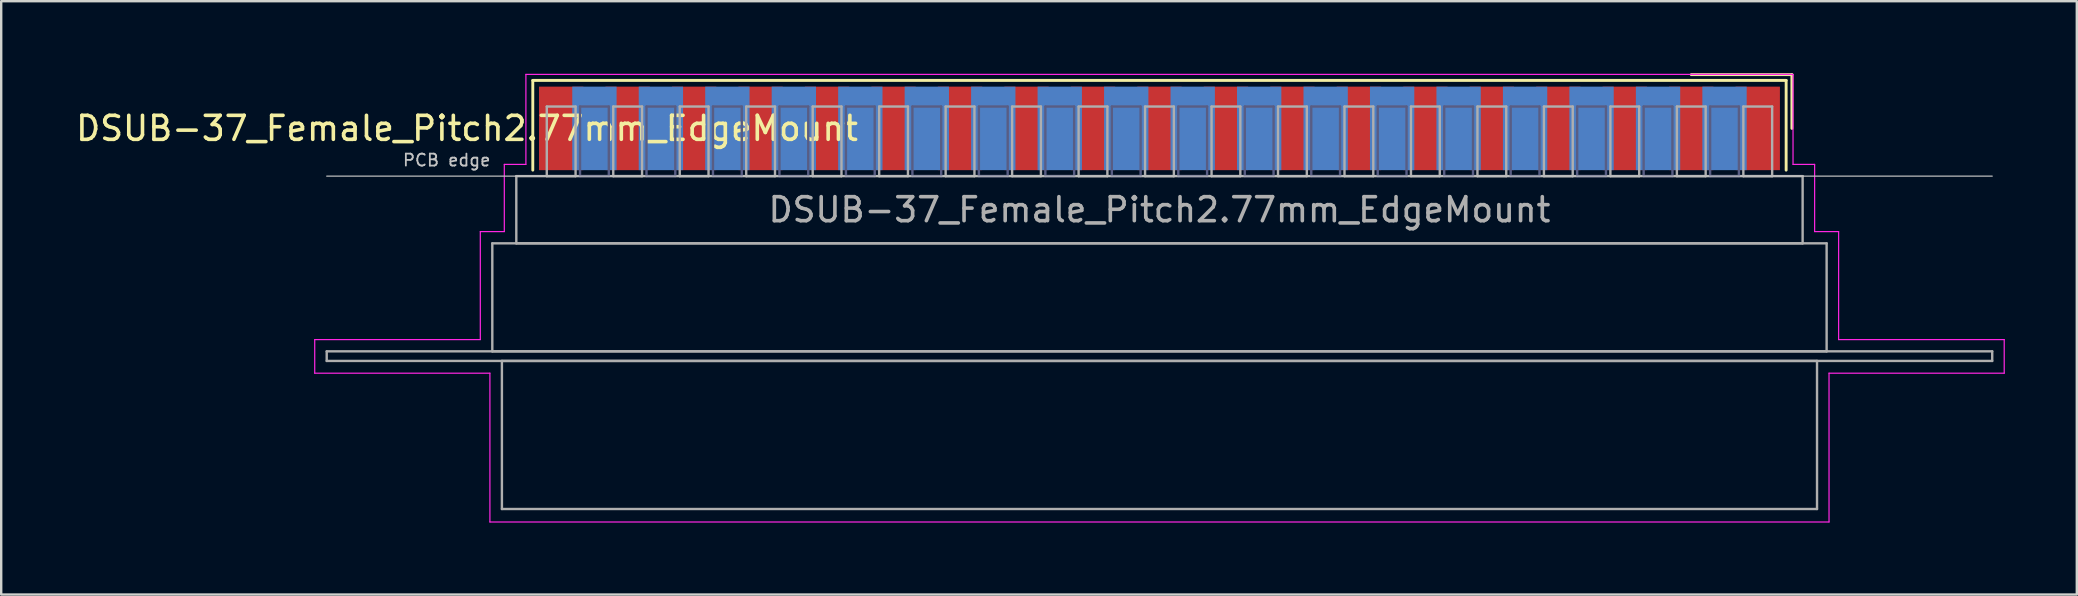
<source format=kicad_pcb>
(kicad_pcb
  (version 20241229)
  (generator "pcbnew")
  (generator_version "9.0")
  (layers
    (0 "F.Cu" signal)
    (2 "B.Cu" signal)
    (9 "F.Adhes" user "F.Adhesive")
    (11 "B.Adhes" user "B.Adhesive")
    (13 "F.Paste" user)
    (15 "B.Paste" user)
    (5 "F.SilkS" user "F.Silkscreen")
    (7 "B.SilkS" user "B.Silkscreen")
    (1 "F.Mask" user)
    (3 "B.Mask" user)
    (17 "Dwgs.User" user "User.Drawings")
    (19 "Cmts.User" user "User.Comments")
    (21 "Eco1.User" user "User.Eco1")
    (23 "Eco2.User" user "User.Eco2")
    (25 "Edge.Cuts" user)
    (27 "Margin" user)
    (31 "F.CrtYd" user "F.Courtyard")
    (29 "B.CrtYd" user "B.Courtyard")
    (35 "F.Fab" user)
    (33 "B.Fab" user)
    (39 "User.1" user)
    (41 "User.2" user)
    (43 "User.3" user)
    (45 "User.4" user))
  (footprint "DSUB-37_Female_Pitch2.77mm_EdgeMount"
    (layer "F.Cu")
    (at 45.264 2.3)
    (property "Reference" "DSUB-37_Female_Pitch2.77mm_EdgeMount" (at -28.853 0 0) (layer "F.SilkS") (effects (font (size 1 1) (thickness 0.15))))
    (attr smd)
    (fp_line (start -26.113 -2) (end -26.113 1.74) (stroke (width 0.12) (type solid)) (layer "F.SilkS"))
    (fp_line (start 26.113 -2) (end -26.113 -2) (stroke (width 0.12) (type solid)) (layer "F.SilkS"))
    (fp_line (start 26.113 1.74) (end 26.113 -2) (stroke (width 0.12) (type solid)) (layer "F.SilkS"))
    (fp_line (start 26.353 -2.24) (end 22.16 -2.24) (stroke (width 0.12) (type solid)) (layer "F.SilkS"))
    (fp_line (start 26.353 0) (end 26.353 -2.24) (stroke (width 0.12) (type solid)) (layer "F.SilkS"))
    (fp_line (start -34.7 1.99) (end 34.7 1.99) (stroke (width 0.05) (type solid)) (layer "Dwgs.User"))
    (fp_line (start -35.2 8.8) (end -28.3 8.8) (stroke (width 0.05) (type solid)) (layer "F.CrtYd"))
    (fp_line (start -35.2 10.2) (end -35.2 8.8) (stroke (width 0.05) (type solid)) (layer "F.CrtYd"))
    (fp_line (start -28.3 4.3) (end -27.3 4.3) (stroke (width 0.05) (type solid)) (layer "F.CrtYd"))
    (fp_line (start -28.3 8.8) (end -28.3 4.3) (stroke (width 0.05) (type solid)) (layer "F.CrtYd"))
    (fp_line (start -27.9 10.2) (end -35.2 10.2) (stroke (width 0.05) (type solid)) (layer "F.CrtYd"))
    (fp_line (start -27.9 16.4) (end -27.9 10.2) (stroke (width 0.05) (type solid)) (layer "F.CrtYd"))
    (fp_line (start -27.3 1.5) (end -26.4 1.5) (stroke (width 0.05) (type solid)) (layer "F.CrtYd"))
    (fp_line (start -27.3 4.3) (end -27.3 1.5) (stroke (width 0.05) (type solid)) (layer "F.CrtYd"))
    (fp_line (start -26.4 -2.25) (end 26.4 -2.25) (stroke (width 0.05) (type solid)) (layer "F.CrtYd"))
    (fp_line (start -26.4 1.5) (end -26.4 -2.25) (stroke (width 0.05) (type solid)) (layer "F.CrtYd"))
    (fp_line (start 26.4 -2.25) (end 26.4 1.5) (stroke (width 0.05) (type solid)) (layer "F.CrtYd"))
    (fp_line (start 26.4 1.5) (end 27.3 1.5) (stroke (width 0.05) (type solid)) (layer "F.CrtYd"))
    (fp_line (start 27.3 1.5) (end 27.3 4.3) (stroke (width 0.05) (type solid)) (layer "F.CrtYd"))
    (fp_line (start 27.3 4.3) (end 28.3 4.3) (stroke (width 0.05) (type solid)) (layer "F.CrtYd"))
    (fp_line (start 27.9 10.2) (end 27.9 16.4) (stroke (width 0.05) (type solid)) (layer "F.CrtYd"))
    (fp_line (start 27.9 16.4) (end -27.9 16.4) (stroke (width 0.05) (type solid)) (layer "F.CrtYd"))
    (fp_line (start 28.3 4.3) (end 28.3 8.8) (stroke (width 0.05) (type solid)) (layer "F.CrtYd"))
    (fp_line (start 28.3 8.8) (end 35.2 8.8) (stroke (width 0.05) (type solid)) (layer "F.CrtYd"))
    (fp_line (start 35.2 8.8) (end 35.2 10.2) (stroke (width 0.05) (type solid)) (layer "F.CrtYd"))
    (fp_line (start 35.2 10.2) (end 27.9 10.2) (stroke (width 0.05) (type solid)) (layer "F.CrtYd"))
    (fp_line (start -24.145 -0.91) (end -24.145 1.99) (stroke (width 0.1) (type solid)) (layer "B.Fab"))
    (fp_line (start -24.145 1.99) (end -22.945 1.99) (stroke (width 0.1) (type solid)) (layer "B.Fab"))
    (fp_line (start -22.945 -0.91) (end -24.145 -0.91) (stroke (width 0.1) (type solid)) (layer "B.Fab"))
    (fp_line (start -22.945 1.99) (end -22.945 -0.91) (stroke (width 0.1) (type solid)) (layer "B.Fab"))
    (fp_line (start -21.375 -0.91) (end -21.375 1.99) (stroke (width 0.1) (type solid)) (layer "B.Fab"))
    (fp_line (start -21.375 1.99) (end -20.175 1.99) (stroke (width 0.1) (type solid)) (layer "B.Fab"))
    (fp_line (start -20.175 -0.91) (end -21.375 -0.91) (stroke (width 0.1) (type solid)) (layer "B.Fab"))
    (fp_line (start -20.175 1.99) (end -20.175 -0.91) (stroke (width 0.1) (type solid)) (layer "B.Fab"))
    (fp_line (start -18.605 -0.91) (end -18.605 1.99) (stroke (width 0.1) (type solid)) (layer "B.Fab"))
    (fp_line (start -18.605 1.99) (end -17.405 1.99) (stroke (width 0.1) (type solid)) (layer "B.Fab"))
    (fp_line (start -17.405 -0.91) (end -18.605 -0.91) (stroke (width 0.1) (type solid)) (layer "B.Fab"))
    (fp_line (start -17.405 1.99) (end -17.405 -0.91) (stroke (width 0.1) (type solid)) (layer "B.Fab"))
    (fp_line (start -15.835 -0.91) (end -15.835 1.99) (stroke (width 0.1) (type solid)) (layer "B.Fab"))
    (fp_line (start -15.835 1.99) (end -14.635 1.99) (stroke (width 0.1) (type solid)) (layer "B.Fab"))
    (fp_line (start -14.635 -0.91) (end -15.835 -0.91) (stroke (width 0.1) (type solid)) (layer "B.Fab"))
    (fp_line (start -14.635 1.99) (end -14.635 -0.91) (stroke (width 0.1) (type solid)) (layer "B.Fab"))
    (fp_line (start -13.065 -0.91) (end -13.065 1.99) (stroke (width 0.1) (type solid)) (layer "B.Fab"))
    (fp_line (start -13.065 1.99) (end -11.865 1.99) (stroke (width 0.1) (type solid)) (layer "B.Fab"))
    (fp_line (start -11.865 -0.91) (end -13.065 -0.91) (stroke (width 0.1) (type solid)) (layer "B.Fab"))
    (fp_line (start -11.865 1.99) (end -11.865 -0.91) (stroke (width 0.1) (type solid)) (layer "B.Fab"))
    (fp_line (start -10.295 -0.91) (end -10.295 1.99) (stroke (width 0.1) (type solid)) (layer "B.Fab"))
    (fp_line (start -10.295 1.99) (end -9.095 1.99) (stroke (width 0.1) (type solid)) (layer "B.Fab"))
    (fp_line (start -9.095 -0.91) (end -10.295 -0.91) (stroke (width 0.1) (type solid)) (layer "B.Fab"))
    (fp_line (start -9.095 1.99) (end -9.095 -0.91) (stroke (width 0.1) (type solid)) (layer "B.Fab"))
    (fp_line (start -7.525 -0.91) (end -7.525 1.99) (stroke (width 0.1) (type solid)) (layer "B.Fab"))
    (fp_line (start -7.525 1.99) (end -6.325 1.99) (stroke (width 0.1) (type solid)) (layer "B.Fab"))
    (fp_line (start -6.325 -0.91) (end -7.525 -0.91) (stroke (width 0.1) (type solid)) (layer "B.Fab"))
    (fp_line (start -6.325 1.99) (end -6.325 -0.91) (stroke (width 0.1) (type solid)) (layer "B.Fab"))
    (fp_line (start -4.755 -0.91) (end -4.755 1.99) (stroke (width 0.1) (type solid)) (layer "B.Fab"))
    (fp_line (start -4.755 1.99) (end -3.555 1.99) (stroke (width 0.1) (type solid)) (layer "B.Fab"))
    (fp_line (start -3.555 -0.91) (end -4.755 -0.91) (stroke (width 0.1) (type solid)) (layer "B.Fab"))
    (fp_line (start -3.555 1.99) (end -3.555 -0.91) (stroke (width 0.1) (type solid)) (layer "B.Fab"))
    (fp_line (start -1.985 -0.91) (end -1.985 1.99) (stroke (width 0.1) (type solid)) (layer "B.Fab"))
    (fp_line (start -1.985 1.99) (end -0.785 1.99) (stroke (width 0.1) (type solid)) (layer "B.Fab"))
    (fp_line (start -0.785 -0.91) (end -1.985 -0.91) (stroke (width 0.1) (type solid)) (layer "B.Fab"))
    (fp_line (start -0.785 1.99) (end -0.785 -0.91) (stroke (width 0.1) (type solid)) (layer "B.Fab"))
    (fp_line (start 0.785 -0.91) (end 0.785 1.99) (stroke (width 0.1) (type solid)) (layer "B.Fab"))
    (fp_line (start 0.785 1.99) (end 1.985 1.99) (stroke (width 0.1) (type solid)) (layer "B.Fab"))
    (fp_line (start 1.985 -0.91) (end 0.785 -0.91) (stroke (width 0.1) (type solid)) (layer "B.Fab"))
    (fp_line (start 1.985 1.99) (end 1.985 -0.91) (stroke (width 0.1) (type solid)) (layer "B.Fab"))
    (fp_line (start 3.555 -0.91) (end 3.555 1.99) (stroke (width 0.1) (type solid)) (layer "B.Fab"))
    (fp_line (start 3.555 1.99) (end 4.755 1.99) (stroke (width 0.1) (type solid)) (layer "B.Fab"))
    (fp_line (start 4.755 -0.91) (end 3.555 -0.91) (stroke (width 0.1) (type solid)) (layer "B.Fab"))
    (fp_line (start 4.755 1.99) (end 4.755 -0.91) (stroke (width 0.1) (type solid)) (layer "B.Fab"))
    (fp_line (start 6.325 -0.91) (end 6.325 1.99) (stroke (width 0.1) (type solid)) (layer "B.Fab"))
    (fp_line (start 6.325 1.99) (end 7.525 1.99) (stroke (width 0.1) (type solid)) (layer "B.Fab"))
    (fp_line (start 7.525 -0.91) (end 6.325 -0.91) (stroke (width 0.1) (type solid)) (layer "B.Fab"))
    (fp_line (start 7.525 1.99) (end 7.525 -0.91) (stroke (width 0.1) (type solid)) (layer "B.Fab"))
    (fp_line (start 9.095 -0.91) (end 9.095 1.99) (stroke (width 0.1) (type solid)) (layer "B.Fab"))
    (fp_line (start 9.095 1.99) (end 10.295 1.99) (stroke (width 0.1) (type solid)) (layer "B.Fab"))
    (fp_line (start 10.295 -0.91) (end 9.095 -0.91) (stroke (width 0.1) (type solid)) (layer "B.Fab"))
    (fp_line (start 10.295 1.99) (end 10.295 -0.91) (stroke (width 0.1) (type solid)) (layer "B.Fab"))
    (fp_line (start 11.865 -0.91) (end 11.865 1.99) (stroke (width 0.1) (type solid)) (layer "B.Fab"))
    (fp_line (start 11.865 1.99) (end 13.065 1.99) (stroke (width 0.1) (type solid)) (layer "B.Fab"))
    (fp_line (start 13.065 -0.91) (end 11.865 -0.91) (stroke (width 0.1) (type solid)) (layer "B.Fab"))
    (fp_line (start 13.065 1.99) (end 13.065 -0.91) (stroke (width 0.1) (type solid)) (layer "B.Fab"))
    (fp_line (start 14.635 -0.91) (end 14.635 1.99) (stroke (width 0.1) (type solid)) (layer "B.Fab"))
    (fp_line (start 14.635 1.99) (end 15.835 1.99) (stroke (width 0.1) (type solid)) (layer "B.Fab"))
    (fp_line (start 15.835 -0.91) (end 14.635 -0.91) (stroke (width 0.1) (type solid)) (layer "B.Fab"))
    (fp_line (start 15.835 1.99) (end 15.835 -0.91) (stroke (width 0.1) (type solid)) (layer "B.Fab"))
    (fp_line (start 17.405 -0.91) (end 17.405 1.99) (stroke (width 0.1) (type solid)) (layer "B.Fab"))
    (fp_line (start 17.405 1.99) (end 18.605 1.99) (stroke (width 0.1) (type solid)) (layer "B.Fab"))
    (fp_line (start 18.605 -0.91) (end 17.405 -0.91) (stroke (width 0.1) (type solid)) (layer "B.Fab"))
    (fp_line (start 18.605 1.99) (end 18.605 -0.91) (stroke (width 0.1) (type solid)) (layer "B.Fab"))
    (fp_line (start 20.175 -0.91) (end 20.175 1.99) (stroke (width 0.1) (type solid)) (layer "B.Fab"))
    (fp_line (start 20.175 1.99) (end 21.375 1.99) (stroke (width 0.1) (type solid)) (layer "B.Fab"))
    (fp_line (start 21.375 -0.91) (end 20.175 -0.91) (stroke (width 0.1) (type solid)) (layer "B.Fab"))
    (fp_line (start 21.375 1.99) (end 21.375 -0.91) (stroke (width 0.1) (type solid)) (layer "B.Fab"))
    (fp_line (start 22.945 -0.91) (end 22.945 1.99) (stroke (width 0.1) (type solid)) (layer "B.Fab"))
    (fp_line (start 22.945 1.99) (end 24.145 1.99) (stroke (width 0.1) (type solid)) (layer "B.Fab"))
    (fp_line (start 24.145 -0.91) (end 22.945 -0.91) (stroke (width 0.1) (type solid)) (layer "B.Fab"))
    (fp_line (start 24.145 1.99) (end 24.145 -0.91) (stroke (width 0.1) (type solid)) (layer "B.Fab"))
    (fp_line (start -34.7 9.29) (end -34.7 9.69) (stroke (width 0.1) (type solid)) (layer "F.Fab"))
    (fp_line (start -34.7 9.69) (end 34.7 9.69) (stroke (width 0.1) (type solid)) (layer "F.Fab"))
    (fp_line (start -27.8 4.79) (end -27.8 9.29) (stroke (width 0.1) (type solid)) (layer "F.Fab"))
    (fp_line (start -27.8 9.29) (end 27.8 9.29) (stroke (width 0.1) (type solid)) (layer "F.Fab"))
    (fp_line (start -27.4 9.69) (end -27.4 15.86) (stroke (width 0.1) (type solid)) (layer "F.Fab"))
    (fp_line (start -27.4 15.86) (end 27.4 15.86) (stroke (width 0.1) (type solid)) (layer "F.Fab"))
    (fp_line (start -26.8 1.99) (end -26.8 4.79) (stroke (width 0.1) (type solid)) (layer "F.Fab"))
    (fp_line (start -26.8 4.79) (end 26.8 4.79) (stroke (width 0.1) (type solid)) (layer "F.Fab"))
    (fp_line (start -25.53 -0.91) (end -25.53 1.99) (stroke (width 0.1) (type solid)) (layer "F.Fab"))
    (fp_line (start -25.53 1.99) (end -24.33 1.99) (stroke (width 0.1) (type solid)) (layer "F.Fab"))
    (fp_line (start -24.33 -0.91) (end -25.53 -0.91) (stroke (width 0.1) (type solid)) (layer "F.Fab"))
    (fp_line (start -24.33 1.99) (end -24.33 -0.91) (stroke (width 0.1) (type solid)) (layer "F.Fab"))
    (fp_line (start -22.76 -0.91) (end -22.76 1.99) (stroke (width 0.1) (type solid)) (layer "F.Fab"))
    (fp_line (start -22.76 1.99) (end -21.56 1.99) (stroke (width 0.1) (type solid)) (layer "F.Fab"))
    (fp_line (start -21.56 -0.91) (end -22.76 -0.91) (stroke (width 0.1) (type solid)) (layer "F.Fab"))
    (fp_line (start -21.56 1.99) (end -21.56 -0.91) (stroke (width 0.1) (type solid)) (layer "F.Fab"))
    (fp_line (start -19.99 -0.91) (end -19.99 1.99) (stroke (width 0.1) (type solid)) (layer "F.Fab"))
    (fp_line (start -19.99 1.99) (end -18.79 1.99) (stroke (width 0.1) (type solid)) (layer "F.Fab"))
    (fp_line (start -18.79 -0.91) (end -19.99 -0.91) (stroke (width 0.1) (type solid)) (layer "F.Fab"))
    (fp_line (start -18.79 1.99) (end -18.79 -0.91) (stroke (width 0.1) (type solid)) (layer "F.Fab"))
    (fp_line (start -17.22 -0.91) (end -17.22 1.99) (stroke (width 0.1) (type solid)) (layer "F.Fab"))
    (fp_line (start -17.22 1.99) (end -16.02 1.99) (stroke (width 0.1) (type solid)) (layer "F.Fab"))
    (fp_line (start -16.02 -0.91) (end -17.22 -0.91) (stroke (width 0.1) (type solid)) (layer "F.Fab"))
    (fp_line (start -16.02 1.99) (end -16.02 -0.91) (stroke (width 0.1) (type solid)) (layer "F.Fab"))
    (fp_line (start -14.45 -0.91) (end -14.45 1.99) (stroke (width 0.1) (type solid)) (layer "F.Fab"))
    (fp_line (start -14.45 1.99) (end -13.25 1.99) (stroke (width 0.1) (type solid)) (layer "F.Fab"))
    (fp_line (start -13.25 -0.91) (end -14.45 -0.91) (stroke (width 0.1) (type solid)) (layer "F.Fab"))
    (fp_line (start -13.25 1.99) (end -13.25 -0.91) (stroke (width 0.1) (type solid)) (layer "F.Fab"))
    (fp_line (start -11.68 -0.91) (end -11.68 1.99) (stroke (width 0.1) (type solid)) (layer "F.Fab"))
    (fp_line (start -11.68 1.99) (end -10.48 1.99) (stroke (width 0.1) (type solid)) (layer "F.Fab"))
    (fp_line (start -10.48 -0.91) (end -11.68 -0.91) (stroke (width 0.1) (type solid)) (layer "F.Fab"))
    (fp_line (start -10.48 1.99) (end -10.48 -0.91) (stroke (width 0.1) (type solid)) (layer "F.Fab"))
    (fp_line (start -8.91 -0.91) (end -8.91 1.99) (stroke (width 0.1) (type solid)) (layer "F.Fab"))
    (fp_line (start -8.91 1.99) (end -7.71 1.99) (stroke (width 0.1) (type solid)) (layer "F.Fab"))
    (fp_line (start -7.71 -0.91) (end -8.91 -0.91) (stroke (width 0.1) (type solid)) (layer "F.Fab"))
    (fp_line (start -7.71 1.99) (end -7.71 -0.91) (stroke (width 0.1) (type solid)) (layer "F.Fab"))
    (fp_line (start -6.14 -0.91) (end -6.14 1.99) (stroke (width 0.1) (type solid)) (layer "F.Fab"))
    (fp_line (start -6.14 1.99) (end -4.94 1.99) (stroke (width 0.1) (type solid)) (layer "F.Fab"))
    (fp_line (start -4.94 -0.91) (end -6.14 -0.91) (stroke (width 0.1) (type solid)) (layer "F.Fab"))
    (fp_line (start -4.94 1.99) (end -4.94 -0.91) (stroke (width 0.1) (type solid)) (layer "F.Fab"))
    (fp_line (start -3.37 -0.91) (end -3.37 1.99) (stroke (width 0.1) (type solid)) (layer "F.Fab"))
    (fp_line (start -3.37 1.99) (end -2.17 1.99) (stroke (width 0.1) (type solid)) (layer "F.Fab"))
    (fp_line (start -2.17 -0.91) (end -3.37 -0.91) (stroke (width 0.1) (type solid)) (layer "F.Fab"))
    (fp_line (start -2.17 1.99) (end -2.17 -0.91) (stroke (width 0.1) (type solid)) (layer "F.Fab"))
    (fp_line (start -0.6 -0.91) (end -0.6 1.99) (stroke (width 0.1) (type solid)) (layer "F.Fab"))
    (fp_line (start -0.6 1.99) (end 0.6 1.99) (stroke (width 0.1) (type solid)) (layer "F.Fab"))
    (fp_line (start 0.6 -0.91) (end -0.6 -0.91) (stroke (width 0.1) (type solid)) (layer "F.Fab"))
    (fp_line (start 0.6 1.99) (end 0.6 -0.91) (stroke (width 0.1) (type solid)) (layer "F.Fab"))
    (fp_line (start 2.17 -0.91) (end 2.17 1.99) (stroke (width 0.1) (type solid)) (layer "F.Fab"))
    (fp_line (start 2.17 1.99) (end 3.37 1.99) (stroke (width 0.1) (type solid)) (layer "F.Fab"))
    (fp_line (start 3.37 -0.91) (end 2.17 -0.91) (stroke (width 0.1) (type solid)) (layer "F.Fab"))
    (fp_line (start 3.37 1.99) (end 3.37 -0.91) (stroke (width 0.1) (type solid)) (layer "F.Fab"))
    (fp_line (start 4.94 -0.91) (end 4.94 1.99) (stroke (width 0.1) (type solid)) (layer "F.Fab"))
    (fp_line (start 4.94 1.99) (end 6.14 1.99) (stroke (width 0.1) (type solid)) (layer "F.Fab"))
    (fp_line (start 6.14 -0.91) (end 4.94 -0.91) (stroke (width 0.1) (type solid)) (layer "F.Fab"))
    (fp_line (start 6.14 1.99) (end 6.14 -0.91) (stroke (width 0.1) (type solid)) (layer "F.Fab"))
    (fp_line (start 7.71 -0.91) (end 7.71 1.99) (stroke (width 0.1) (type solid)) (layer "F.Fab"))
    (fp_line (start 7.71 1.99) (end 8.91 1.99) (stroke (width 0.1) (type solid)) (layer "F.Fab"))
    (fp_line (start 8.91 -0.91) (end 7.71 -0.91) (stroke (width 0.1) (type solid)) (layer "F.Fab"))
    (fp_line (start 8.91 1.99) (end 8.91 -0.91) (stroke (width 0.1) (type solid)) (layer "F.Fab"))
    (fp_line (start 10.48 -0.91) (end 10.48 1.99) (stroke (width 0.1) (type solid)) (layer "F.Fab"))
    (fp_line (start 10.48 1.99) (end 11.68 1.99) (stroke (width 0.1) (type solid)) (layer "F.Fab"))
    (fp_line (start 11.68 -0.91) (end 10.48 -0.91) (stroke (width 0.1) (type solid)) (layer "F.Fab"))
    (fp_line (start 11.68 1.99) (end 11.68 -0.91) (stroke (width 0.1) (type solid)) (layer "F.Fab"))
    (fp_line (start 13.25 -0.91) (end 13.25 1.99) (stroke (width 0.1) (type solid)) (layer "F.Fab"))
    (fp_line (start 13.25 1.99) (end 14.45 1.99) (stroke (width 0.1) (type solid)) (layer "F.Fab"))
    (fp_line (start 14.45 -0.91) (end 13.25 -0.91) (stroke (width 0.1) (type solid)) (layer "F.Fab"))
    (fp_line (start 14.45 1.99) (end 14.45 -0.91) (stroke (width 0.1) (type solid)) (layer "F.Fab"))
    (fp_line (start 16.02 -0.91) (end 16.02 1.99) (stroke (width 0.1) (type solid)) (layer "F.Fab"))
    (fp_line (start 16.02 1.99) (end 17.22 1.99) (stroke (width 0.1) (type solid)) (layer "F.Fab"))
    (fp_line (start 17.22 -0.91) (end 16.02 -0.91) (stroke (width 0.1) (type solid)) (layer "F.Fab"))
    (fp_line (start 17.22 1.99) (end 17.22 -0.91) (stroke (width 0.1) (type solid)) (layer "F.Fab"))
    (fp_line (start 18.79 -0.91) (end 18.79 1.99) (stroke (width 0.1) (type solid)) (layer "F.Fab"))
    (fp_line (start 18.79 1.99) (end 19.99 1.99) (stroke (width 0.1) (type solid)) (layer "F.Fab"))
    (fp_line (start 19.99 -0.91) (end 18.79 -0.91) (stroke (width 0.1) (type solid)) (layer "F.Fab"))
    (fp_line (start 19.99 1.99) (end 19.99 -0.91) (stroke (width 0.1) (type solid)) (layer "F.Fab"))
    (fp_line (start 21.56 -0.91) (end 21.56 1.99) (stroke (width 0.1) (type solid)) (layer "F.Fab"))
    (fp_line (start 21.56 1.99) (end 22.76 1.99) (stroke (width 0.1) (type solid)) (layer "F.Fab"))
    (fp_line (start 22.76 -0.91) (end 21.56 -0.91) (stroke (width 0.1) (type solid)) (layer "F.Fab"))
    (fp_line (start 22.76 1.99) (end 22.76 -0.91) (stroke (width 0.1) (type solid)) (layer "F.Fab"))
    (fp_line (start 24.33 -0.91) (end 24.33 1.99) (stroke (width 0.1) (type solid)) (layer "F.Fab"))
    (fp_line (start 24.33 1.99) (end 25.53 1.99) (stroke (width 0.1) (type solid)) (layer "F.Fab"))
    (fp_line (start 25.53 -0.91) (end 24.33 -0.91) (stroke (width 0.1) (type solid)) (layer "F.Fab"))
    (fp_line (start 25.53 1.99) (end 25.53 -0.91) (stroke (width 0.1) (type solid)) (layer "F.Fab"))
    (fp_line (start 26.8 1.99) (end -26.8 1.99) (stroke (width 0.1) (type solid)) (layer "F.Fab"))
    (fp_line (start 26.8 4.79) (end 26.8 1.99) (stroke (width 0.1) (type solid)) (layer "F.Fab"))
    (fp_line (start 27.4 9.69) (end -27.4 9.69) (stroke (width 0.1) (type solid)) (layer "F.Fab"))
    (fp_line (start 27.4 15.86) (end 27.4 9.69) (stroke (width 0.1) (type solid)) (layer "F.Fab"))
    (fp_line (start 27.8 4.79) (end -27.8 4.79) (stroke (width 0.1) (type solid)) (layer "F.Fab"))
    (fp_line (start 27.8 9.29) (end 27.8 4.79) (stroke (width 0.1) (type solid)) (layer "F.Fab"))
    (fp_line (start 34.7 9.29) (end -34.7 9.29) (stroke (width 0.1) (type solid)) (layer "F.Fab"))
    (fp_line (start 34.7 9.69) (end 34.7 9.29) (stroke (width 0.1) (type solid)) (layer "F.Fab"))
    (fp_text user "PCB edge" (at -29.7 1.323 0) (layer "Dwgs.User") (effects (font (size 0.5 0.5) (thickness 0.075))))
    (fp_text user "${REFERENCE}" (at 0 3.39 0) (layer "F.Fab") (effects (font (size 1 1) (thickness 0.15))))
    (pad "1" smd rect (at 24.93 0) (size 1.847 3.48) (layers "F.Cu" "F.Mask" "F.Paste"))
    (pad "2" smd rect (at 22.16 0) (size 1.847 3.48) (layers "F.Cu" "F.Mask" "F.Paste"))
    (pad "3" smd rect (at 19.39 0) (size 1.847 3.48) (layers "F.Cu" "F.Mask" "F.Paste"))
    (pad "4" smd rect (at 16.62 0) (size 1.847 3.48) (layers "F.Cu" "F.Mask" "F.Paste"))
    (pad "5" smd rect (at 13.85 0) (size 1.847 3.48) (layers "F.Cu" "F.Mask" "F.Paste"))
    (pad "6" smd rect (at 11.08 0) (size 1.847 3.48) (layers "F.Cu" "F.Mask" "F.Paste"))
    (pad "7" smd rect (at 8.31 0) (size 1.847 3.48) (layers "F.Cu" "F.Mask" "F.Paste"))
    (pad "8" smd rect (at 5.54 0) (size 1.847 3.48) (layers "F.Cu" "F.Mask" "F.Paste"))
    (pad "9" smd rect (at 2.77 0) (size 1.847 3.48) (layers "F.Cu" "F.Mask" "F.Paste"))
    (pad "10" smd rect (at 0 0) (size 1.847 3.48) (layers "F.Cu" "F.Mask" "F.Paste"))
    (pad "11" smd rect (at -2.77 0) (size 1.847 3.48) (layers "F.Cu" "F.Mask" "F.Paste"))
    (pad "12" smd rect (at -5.54 0) (size 1.847 3.48) (layers "F.Cu" "F.Mask" "F.Paste"))
    (pad "13" smd rect (at -8.31 0) (size 1.847 3.48) (layers "F.Cu" "F.Mask" "F.Paste"))
    (pad "14" smd rect (at -11.08 0) (size 1.847 3.48) (layers "F.Cu" "F.Mask" "F.Paste"))
    (pad "15" smd rect (at -13.85 0) (size 1.847 3.48) (layers "F.Cu" "F.Mask" "F.Paste"))
    (pad "16" smd rect (at -16.62 0) (size 1.847 3.48) (layers "F.Cu" "F.Mask" "F.Paste"))
    (pad "17" smd rect (at -19.39 0) (size 1.847 3.48) (layers "F.Cu" "F.Mask" "F.Paste"))
    (pad "18" smd rect (at -22.16 0) (size 1.847 3.48) (layers "F.Cu" "F.Mask" "F.Paste"))
    (pad "19" smd rect (at -24.93 0) (size 1.847 3.48) (layers "F.Cu" "F.Mask" "F.Paste"))
    (pad "20" smd rect (at 23.545 0) (size 1.847 3.48) (layers "B.Cu" "B.Mask" "B.Paste"))
    (pad "21" smd rect (at 20.775 0) (size 1.847 3.48) (layers "B.Cu" "B.Mask" "B.Paste"))
    (pad "22" smd rect (at 18.005 0) (size 1.847 3.48) (layers "B.Cu" "B.Mask" "B.Paste"))
    (pad "23" smd rect (at 15.235 0) (size 1.847 3.48) (layers "B.Cu" "B.Mask" "B.Paste"))
    (pad "24" smd rect (at 12.465 0) (size 1.847 3.48) (layers "B.Cu" "B.Mask" "B.Paste"))
    (pad "25" smd rect (at 9.695 0) (size 1.847 3.48) (layers "B.Cu" "B.Mask" "B.Paste"))
    (pad "26" smd rect (at 6.925 0) (size 1.847 3.48) (layers "B.Cu" "B.Mask" "B.Paste"))
    (pad "27" smd rect (at 4.155 0) (size 1.847 3.48) (layers "B.Cu" "B.Mask" "B.Paste"))
    (pad "28" smd rect (at 1.385 0) (size 1.847 3.48) (layers "B.Cu" "B.Mask" "B.Paste"))
    (pad "29" smd rect (at -1.385 0) (size 1.847 3.48) (layers "B.Cu" "B.Mask" "B.Paste"))
    (pad "30" smd rect (at -4.155 0) (size 1.847 3.48) (layers "B.Cu" "B.Mask" "B.Paste"))
    (pad "31" smd rect (at -6.925 0) (size 1.847 3.48) (layers "B.Cu" "B.Mask" "B.Paste"))
    (pad "32" smd rect (at -9.695 0) (size 1.847 3.48) (layers "B.Cu" "B.Mask" "B.Paste"))
    (pad "33" smd rect (at -12.465 0) (size 1.847 3.48) (layers "B.Cu" "B.Mask" "B.Paste"))
    (pad "34" smd rect (at -15.235 0) (size 1.847 3.48) (layers "B.Cu" "B.Mask" "B.Paste"))
    (pad "35" smd rect (at -18.005 0) (size 1.847 3.48) (layers "B.Cu" "B.Mask" "B.Paste"))
    (pad "36" smd rect (at -20.775 0) (size 1.847 3.48) (layers "B.Cu" "B.Mask" "B.Paste"))
    (pad "37" smd rect (at -23.545 0) (size 1.847 3.48) (layers "B.Cu" "B.Mask" "B.Paste")))
  (gr_rect
    (start -3 -3)
    (end 83.489 21.725)
    (stroke (width 0.1) (type default))
    (fill no)
    (layer "Edge.Cuts")))
</source>
